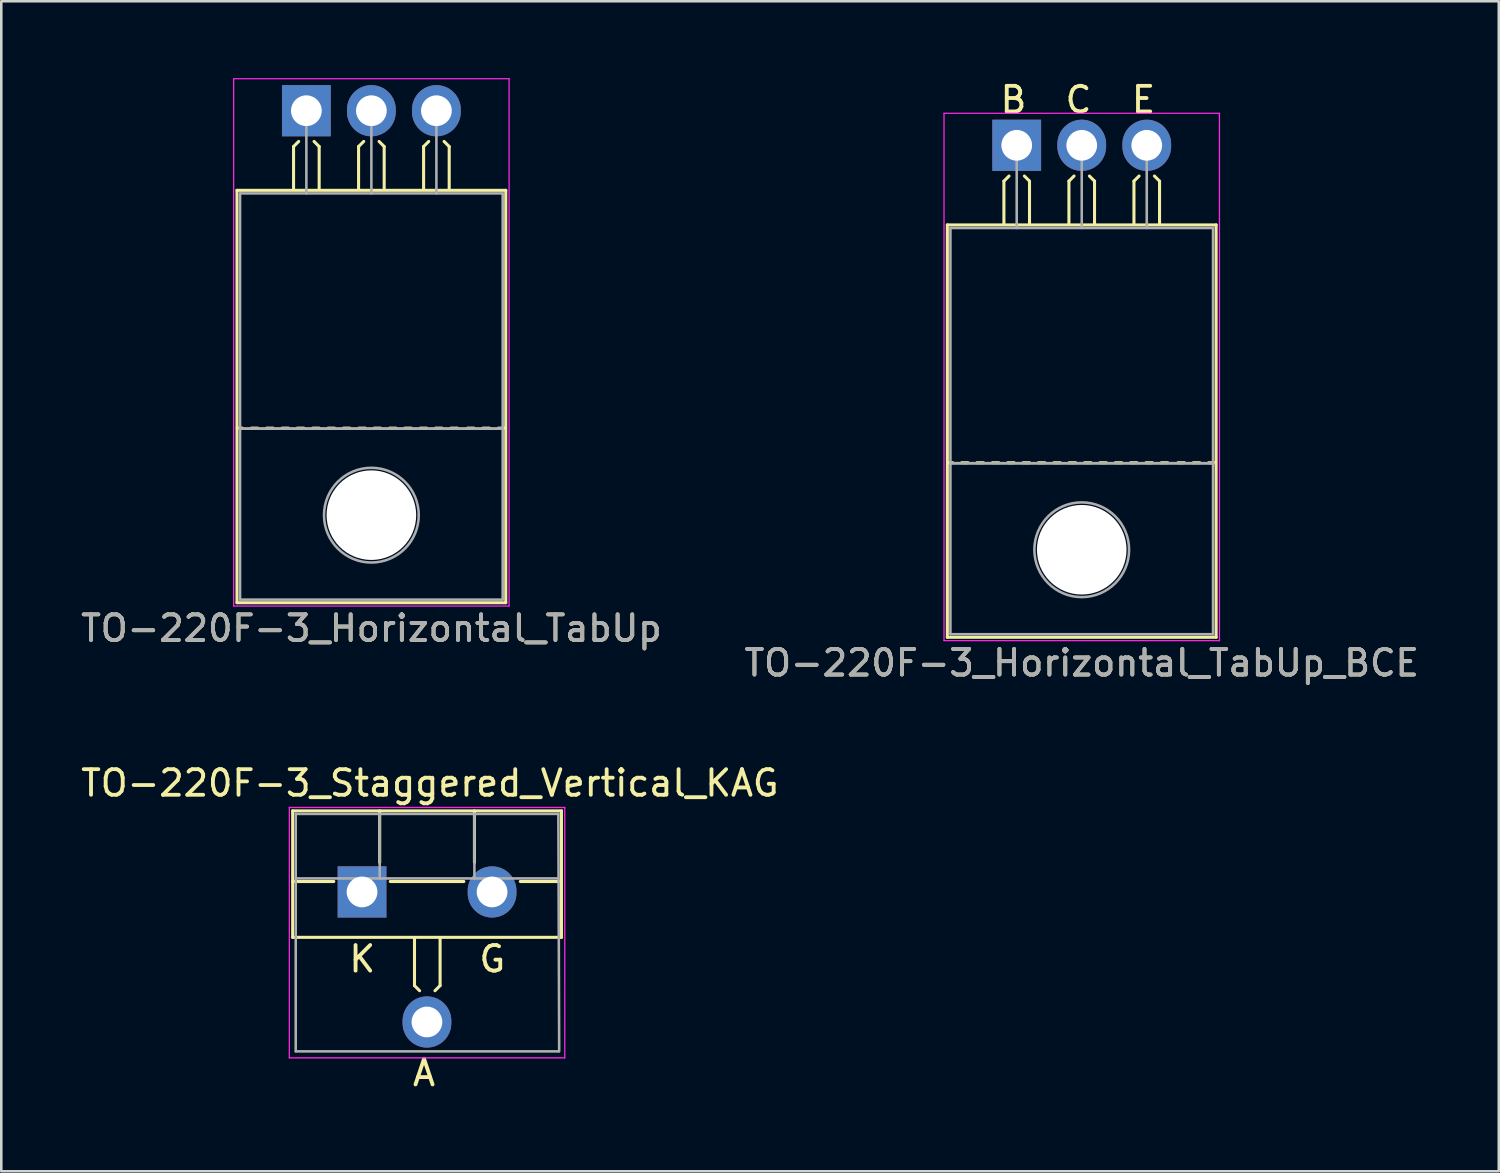
<source format=kicad_pcb>
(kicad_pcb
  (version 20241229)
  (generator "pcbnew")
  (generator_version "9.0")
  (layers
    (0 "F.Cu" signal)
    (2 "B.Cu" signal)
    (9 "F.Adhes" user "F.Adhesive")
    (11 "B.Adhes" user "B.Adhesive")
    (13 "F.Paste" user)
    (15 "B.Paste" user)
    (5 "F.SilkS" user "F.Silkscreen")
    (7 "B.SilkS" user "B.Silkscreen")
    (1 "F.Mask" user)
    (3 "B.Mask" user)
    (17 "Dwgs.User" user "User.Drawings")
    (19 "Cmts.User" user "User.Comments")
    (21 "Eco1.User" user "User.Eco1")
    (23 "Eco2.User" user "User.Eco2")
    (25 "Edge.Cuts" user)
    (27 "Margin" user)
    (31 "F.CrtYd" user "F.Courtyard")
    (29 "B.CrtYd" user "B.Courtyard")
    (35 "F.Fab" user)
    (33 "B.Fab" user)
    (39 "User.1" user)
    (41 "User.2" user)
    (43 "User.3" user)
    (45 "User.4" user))
  (footprint "TO-220F-3_Horizontal_TabUp"
    (layer "F.Cu")
    (at 8.918 1.275)
    (property "Reference" "TO-220F-3_Horizontal_TabUp" (at 2.54 20.22 0) (layer "F.SilkS") (effects (font (size 1 1) (thickness 0.15))))
    (attr through_hole)
    (fp_line (start -2.71 19.22) (end -2.71 3.11) (stroke (width 0.12) (type solid)) (layer "F.SilkS"))
    (fp_line (start -2.5 12.4) (end -2.7 12.4) (stroke (width 0.12) (type solid)) (layer "F.SilkS"))
    (fp_line (start -1.9 12.4) (end -2.15 12.4) (stroke (width 0.12) (type solid)) (layer "F.SilkS"))
    (fp_line (start -1.3 12.4) (end -1.55 12.4) (stroke (width 0.12) (type solid)) (layer "F.SilkS"))
    (fp_line (start -0.7 12.4) (end -0.95 12.4) (stroke (width 0.12) (type solid)) (layer "F.SilkS"))
    (fp_line (start -0.5 1.4) (end -0.3 1.2) (stroke (width 0.12) (type solid)) (layer "F.SilkS"))
    (fp_line (start -0.5 3.048) (end -0.5 1.4) (stroke (width 0.12) (type solid)) (layer "F.SilkS"))
    (fp_line (start -0.1 12.4) (end -0.35 12.4) (stroke (width 0.12) (type solid)) (layer "F.SilkS"))
    (fp_line (start 0.5 1.4) (end 0.3 1.2) (stroke (width 0.12) (type solid)) (layer "F.SilkS"))
    (fp_line (start 0.5 3.048) (end 0.5 1.4) (stroke (width 0.12) (type solid)) (layer "F.SilkS"))
    (fp_line (start 0.5 12.4) (end 0.25 12.4) (stroke (width 0.12) (type solid)) (layer "F.SilkS"))
    (fp_line (start 1.1 12.4) (end 0.85 12.4) (stroke (width 0.12) (type solid)) (layer "F.SilkS"))
    (fp_line (start 1.7 12.4) (end 1.45 12.4) (stroke (width 0.12) (type solid)) (layer "F.SilkS"))
    (fp_line (start 2.04 1.4) (end 2.24 1.2) (stroke (width 0.12) (type solid)) (layer "F.SilkS"))
    (fp_line (start 2.04 3.048) (end 2.04 1.4) (stroke (width 0.12) (type solid)) (layer "F.SilkS"))
    (fp_line (start 2.3 12.4) (end 2.05 12.4) (stroke (width 0.12) (type solid)) (layer "F.SilkS"))
    (fp_line (start 2.9 12.4) (end 2.65 12.4) (stroke (width 0.12) (type solid)) (layer "F.SilkS"))
    (fp_line (start 3.04 1.4) (end 2.84 1.2) (stroke (width 0.12) (type solid)) (layer "F.SilkS"))
    (fp_line (start 3.04 3.048) (end 3.04 1.4) (stroke (width 0.12) (type solid)) (layer "F.SilkS"))
    (fp_line (start 3.5 12.4) (end 3.25 12.4) (stroke (width 0.12) (type solid)) (layer "F.SilkS"))
    (fp_line (start 4.1 12.4) (end 3.85 12.4) (stroke (width 0.12) (type solid)) (layer "F.SilkS"))
    (fp_line (start 4.58 1.4) (end 4.78 1.2) (stroke (width 0.12) (type solid)) (layer "F.SilkS"))
    (fp_line (start 4.58 3.048) (end 4.58 1.4) (stroke (width 0.12) (type solid)) (layer "F.SilkS"))
    (fp_line (start 4.7 12.4) (end 4.45 12.4) (stroke (width 0.12) (type solid)) (layer "F.SilkS"))
    (fp_line (start 5.3 12.4) (end 5.05 12.4) (stroke (width 0.12) (type solid)) (layer "F.SilkS"))
    (fp_line (start 5.58 1.4) (end 5.38 1.2) (stroke (width 0.12) (type solid)) (layer "F.SilkS"))
    (fp_line (start 5.58 3.048) (end 5.58 1.4) (stroke (width 0.12) (type solid)) (layer "F.SilkS"))
    (fp_line (start 5.9 12.4) (end 5.65 12.4) (stroke (width 0.12) (type solid)) (layer "F.SilkS"))
    (fp_line (start 6.55 12.4) (end 6.3 12.4) (stroke (width 0.12) (type solid)) (layer "F.SilkS"))
    (fp_line (start 7.15 12.4) (end 6.9 12.4) (stroke (width 0.12) (type solid)) (layer "F.SilkS"))
    (fp_line (start 7.75 12.4) (end 7.5 12.4) (stroke (width 0.12) (type solid)) (layer "F.SilkS"))
    (fp_line (start 7.79 3.11) (end -2.71 3.11) (stroke (width 0.12) (type solid)) (layer "F.SilkS"))
    (fp_line (start 7.79 19.22) (end -2.71 19.22) (stroke (width 0.12) (type solid)) (layer "F.SilkS"))
    (fp_line (start 7.79 19.22) (end 7.79 3.11) (stroke (width 0.12) (type solid)) (layer "F.SilkS"))
    (fp_line (start -2.84 -1.25) (end -2.84 19.35) (stroke (width 0.05) (type solid)) (layer "F.CrtYd"))
    (fp_line (start -2.84 19.35) (end 7.92 19.35) (stroke (width 0.05) (type solid)) (layer "F.CrtYd"))
    (fp_line (start 7.92 -1.25) (end -2.84 -1.25) (stroke (width 0.05) (type solid)) (layer "F.CrtYd"))
    (fp_line (start 7.92 19.35) (end 7.92 -1.25) (stroke (width 0.05) (type solid)) (layer "F.CrtYd"))
    (fp_line (start -2.59 3.23) (end -2.59 12.42) (stroke (width 0.1) (type solid)) (layer "F.Fab"))
    (fp_line (start -2.59 12.42) (end -2.59 19.1) (stroke (width 0.1) (type solid)) (layer "F.Fab"))
    (fp_line (start -2.59 12.42) (end 7.67 12.42) (stroke (width 0.1) (type solid)) (layer "F.Fab"))
    (fp_line (start -2.59 19.1) (end 7.67 19.1) (stroke (width 0.1) (type solid)) (layer "F.Fab"))
    (fp_line (start 0 3.23) (end 0 0) (stroke (width 0.1) (type solid)) (layer "F.Fab"))
    (fp_line (start 2.54 3.23) (end 2.54 0) (stroke (width 0.1) (type solid)) (layer "F.Fab"))
    (fp_line (start 5.08 3.23) (end 5.08 0) (stroke (width 0.1) (type solid)) (layer "F.Fab"))
    (fp_line (start 7.67 3.23) (end -2.59 3.23) (stroke (width 0.1) (type solid)) (layer "F.Fab"))
    (fp_line (start 7.67 12.42) (end -2.59 12.42) (stroke (width 0.1) (type solid)) (layer "F.Fab"))
    (fp_line (start 7.67 12.42) (end 7.67 3.23) (stroke (width 0.1) (type solid)) (layer "F.Fab"))
    (fp_line (start 7.67 19.1) (end 7.67 12.42) (stroke (width 0.1) (type solid)) (layer "F.Fab"))
    (fp_circle (center 2.54 15.8) (end 4.39 15.8) (stroke (width 0.1) (type solid)) (fill no) (layer "F.Fab"))
    (fp_text user "${REFERENCE}" (at 2.54 20.22 0) (layer "F.Fab") (effects (font (size 1 1) (thickness 0.15))))
    (pad "" np_thru_hole oval (at 2.54 15.8) (size 3.5 3.5) (drill 3.5) (layers "*.Cu" "*.Mask"))
    (pad "1" thru_hole rect (at 0 0) (size 1.905 2) (drill 1.2) (layers "*.Cu" "*.Mask"))
    (pad "2" thru_hole oval (at 2.54 0) (size 1.905 2) (drill 1.2) (layers "*.Cu" "*.Mask"))
    (pad "3" thru_hole oval (at 5.08 0) (size 1.905 2) (drill 1.2) (layers "*.Cu" "*.Mask")))
  (footprint "TO-220F-3_Staggered_Vertical_KAG"
    (layer "F.Cu")
    (at 11.102 31.746)
    (property "Reference" "TO-220F-3_Staggered_Vertical_KAG" (at 2.642 -4.203 0) (layer "F.SilkS") (effects (font (size 1 1) (thickness 0.15))))
    (attr through_hole)
    (fp_line (start -2.719 -3.12) (end -2.719 1.821) (stroke (width 0.12) (type solid)) (layer "F.SilkS"))
    (fp_line (start -2.719 -3.12) (end 7.781 -3.12) (stroke (width 0.12) (type solid)) (layer "F.SilkS"))
    (fp_line (start -2.719 -0.36) (end -1.112 -0.36) (stroke (width 0.12) (type solid)) (layer "F.SilkS"))
    (fp_line (start -2.719 1.821) (end 7.781 1.821) (stroke (width 0.12) (type solid)) (layer "F.SilkS"))
    (fp_line (start 0.681 -3.12) (end 0.681 -1.102) (stroke (width 0.12) (type solid)) (layer "F.SilkS"))
    (fp_line (start 1.094 -0.36) (end 3.634 -0.36) (stroke (width 0.12) (type solid)) (layer "F.SilkS"))
    (fp_line (start 2.04 1.841) (end 2.04 3.707) (stroke (width 0.12) (type solid)) (layer "F.SilkS"))
    (fp_line (start 2.04 3.707) (end 2.24 3.907) (stroke (width 0.12) (type solid)) (layer "F.SilkS"))
    (fp_line (start 3.04 1.841) (end 3.04 3.707) (stroke (width 0.12) (type solid)) (layer "F.SilkS"))
    (fp_line (start 3.04 3.707) (end 2.84 3.907) (stroke (width 0.12) (type solid)) (layer "F.SilkS"))
    (fp_line (start 3.634 -0.36) (end 3.969 -0.36) (stroke (width 0.12) (type solid)) (layer "F.SilkS"))
    (fp_line (start 4.382 -3.12) (end 4.382 -1.102) (stroke (width 0.12) (type solid)) (layer "F.SilkS"))
    (fp_line (start 6.174 -0.36) (end 7.781 -0.36) (stroke (width 0.12) (type solid)) (layer "F.SilkS"))
    (fp_line (start 7.781 -3.12) (end 7.781 1.821) (stroke (width 0.12) (type solid)) (layer "F.SilkS"))
    (fp_line (start -2.849 -3.252) (end -2.849 6.53) (stroke (width 0.05) (type solid)) (layer "F.CrtYd"))
    (fp_line (start -2.849 6.53) (end 7.911 6.53) (stroke (width 0.05) (type solid)) (layer "F.CrtYd"))
    (fp_line (start 7.911 -3.252) (end -2.849 -3.252) (stroke (width 0.05) (type solid)) (layer "F.CrtYd"))
    (fp_line (start 7.911 6.53) (end 7.911 -3.252) (stroke (width 0.05) (type solid)) (layer "F.CrtYd"))
    (fp_line (start -2.599 -3) (end -2.599 6.276) (stroke (width 0.1) (type solid)) (layer "F.Fab"))
    (fp_line (start -2.599 -0.48) (end 7.661 -0.48) (stroke (width 0.1) (type solid)) (layer "F.Fab"))
    (fp_line (start -2.595 6.276) (end 7.665 6.276) (stroke (width 0.1) (type solid)) (layer "F.Fab"))
    (fp_line (start 0.681 -3) (end 0.681 -0.48) (stroke (width 0.1) (type solid)) (layer "F.Fab"))
    (fp_line (start 4.381 -3) (end 4.381 -0.48) (stroke (width 0.1) (type solid)) (layer "F.Fab"))
    (fp_line (start 7.661 -3) (end -2.599 -3) (stroke (width 0.1) (type solid)) (layer "F.Fab"))
    (fp_line (start 7.692 6.276) (end 7.661 -3) (stroke (width 0.1) (type solid)) (layer "F.Fab"))
    (fp_text user "A" (at 2.413 7.112 0) (layer "F.SilkS") (effects (font (size 1 1) (thickness 0.15))))
    (fp_text user "K" (at 0 2.667 0) (layer "F.SilkS") (effects (font (size 1 1) (thickness 0.15))))
    (fp_text user "G" (at 5.08 2.667 0) (layer "F.SilkS") (effects (font (size 1 1) (thickness 0.15))))
    (pad "1" thru_hole rect (at -0.009 0.048) (size 1.905 2) (drill 1.2) (layers "*.Cu" "*.Mask"))
    (pad "2" thru_hole oval (at 2.527 5.128) (size 1.905 2) (drill 1.2) (layers "*.Cu" "*.Mask"))
    (pad "3" thru_hole oval (at 5.071 0.048) (size 1.905 2) (drill 1.2) (layers "*.Cu" "*.Mask")))
  (footprint "TO-220F-3_Horizontal_TabUp_BCE"
    (layer "F.Cu")
    (at 36.668 2.626)
    (property "Reference" "TO-220F-3_Horizontal_TabUp_BCE" (at 2.54 20.22 0) (layer "F.SilkS") (effects (font (size 1 1) (thickness 0.15))))
    (attr through_hole)
    (fp_line (start -2.71 19.22) (end -2.71 3.11) (stroke (width 0.12) (type solid)) (layer "F.SilkS"))
    (fp_line (start -2.5 12.4) (end -2.7 12.4) (stroke (width 0.12) (type solid)) (layer "F.SilkS"))
    (fp_line (start -1.9 12.4) (end -2.15 12.4) (stroke (width 0.12) (type solid)) (layer "F.SilkS"))
    (fp_line (start -1.3 12.4) (end -1.55 12.4) (stroke (width 0.12) (type solid)) (layer "F.SilkS"))
    (fp_line (start -0.7 12.4) (end -0.95 12.4) (stroke (width 0.12) (type solid)) (layer "F.SilkS"))
    (fp_line (start -0.5 1.4) (end -0.3 1.2) (stroke (width 0.12) (type solid)) (layer "F.SilkS"))
    (fp_line (start -0.5 3.048) (end -0.5 1.4) (stroke (width 0.12) (type solid)) (layer "F.SilkS"))
    (fp_line (start -0.1 12.4) (end -0.35 12.4) (stroke (width 0.12) (type solid)) (layer "F.SilkS"))
    (fp_line (start 0.5 1.4) (end 0.3 1.2) (stroke (width 0.12) (type solid)) (layer "F.SilkS"))
    (fp_line (start 0.5 3.048) (end 0.5 1.4) (stroke (width 0.12) (type solid)) (layer "F.SilkS"))
    (fp_line (start 0.5 12.4) (end 0.25 12.4) (stroke (width 0.12) (type solid)) (layer "F.SilkS"))
    (fp_line (start 1.1 12.4) (end 0.85 12.4) (stroke (width 0.12) (type solid)) (layer "F.SilkS"))
    (fp_line (start 1.7 12.4) (end 1.45 12.4) (stroke (width 0.12) (type solid)) (layer "F.SilkS"))
    (fp_line (start 2.04 1.4) (end 2.24 1.2) (stroke (width 0.12) (type solid)) (layer "F.SilkS"))
    (fp_line (start 2.04 3.048) (end 2.04 1.4) (stroke (width 0.12) (type solid)) (layer "F.SilkS"))
    (fp_line (start 2.3 12.4) (end 2.05 12.4) (stroke (width 0.12) (type solid)) (layer "F.SilkS"))
    (fp_line (start 2.9 12.4) (end 2.65 12.4) (stroke (width 0.12) (type solid)) (layer "F.SilkS"))
    (fp_line (start 3.04 1.4) (end 2.84 1.2) (stroke (width 0.12) (type solid)) (layer "F.SilkS"))
    (fp_line (start 3.04 3.048) (end 3.04 1.4) (stroke (width 0.12) (type solid)) (layer "F.SilkS"))
    (fp_line (start 3.5 12.4) (end 3.25 12.4) (stroke (width 0.12) (type solid)) (layer "F.SilkS"))
    (fp_line (start 4.1 12.4) (end 3.85 12.4) (stroke (width 0.12) (type solid)) (layer "F.SilkS"))
    (fp_line (start 4.58 1.4) (end 4.78 1.2) (stroke (width 0.12) (type solid)) (layer "F.SilkS"))
    (fp_line (start 4.58 3.048) (end 4.58 1.4) (stroke (width 0.12) (type solid)) (layer "F.SilkS"))
    (fp_line (start 4.7 12.4) (end 4.45 12.4) (stroke (width 0.12) (type solid)) (layer "F.SilkS"))
    (fp_line (start 5.3 12.4) (end 5.05 12.4) (stroke (width 0.12) (type solid)) (layer "F.SilkS"))
    (fp_line (start 5.58 1.4) (end 5.38 1.2) (stroke (width 0.12) (type solid)) (layer "F.SilkS"))
    (fp_line (start 5.58 3.048) (end 5.58 1.4) (stroke (width 0.12) (type solid)) (layer "F.SilkS"))
    (fp_line (start 5.9 12.4) (end 5.65 12.4) (stroke (width 0.12) (type solid)) (layer "F.SilkS"))
    (fp_line (start 6.55 12.4) (end 6.3 12.4) (stroke (width 0.12) (type solid)) (layer "F.SilkS"))
    (fp_line (start 7.15 12.4) (end 6.9 12.4) (stroke (width 0.12) (type solid)) (layer "F.SilkS"))
    (fp_line (start 7.75 12.4) (end 7.5 12.4) (stroke (width 0.12) (type solid)) (layer "F.SilkS"))
    (fp_line (start 7.79 3.11) (end -2.71 3.11) (stroke (width 0.12) (type solid)) (layer "F.SilkS"))
    (fp_line (start 7.79 19.22) (end -2.71 19.22) (stroke (width 0.12) (type solid)) (layer "F.SilkS"))
    (fp_line (start 7.79 19.22) (end 7.79 3.11) (stroke (width 0.12) (type solid)) (layer "F.SilkS"))
    (fp_line (start -2.84 -1.25) (end -2.84 19.35) (stroke (width 0.05) (type solid)) (layer "F.CrtYd"))
    (fp_line (start -2.84 19.35) (end 7.92 19.35) (stroke (width 0.05) (type solid)) (layer "F.CrtYd"))
    (fp_line (start 7.92 -1.25) (end -2.84 -1.25) (stroke (width 0.05) (type solid)) (layer "F.CrtYd"))
    (fp_line (start 7.92 19.35) (end 7.92 -1.25) (stroke (width 0.05) (type solid)) (layer "F.CrtYd"))
    (fp_line (start -2.59 3.23) (end -2.59 12.42) (stroke (width 0.1) (type solid)) (layer "F.Fab"))
    (fp_line (start -2.59 12.42) (end -2.59 19.1) (stroke (width 0.1) (type solid)) (layer "F.Fab"))
    (fp_line (start -2.59 12.42) (end 7.67 12.42) (stroke (width 0.1) (type solid)) (layer "F.Fab"))
    (fp_line (start -2.59 19.1) (end 7.67 19.1) (stroke (width 0.1) (type solid)) (layer "F.Fab"))
    (fp_line (start 0 3.23) (end 0 0) (stroke (width 0.1) (type solid)) (layer "F.Fab"))
    (fp_line (start 2.54 3.23) (end 2.54 0) (stroke (width 0.1) (type solid)) (layer "F.Fab"))
    (fp_line (start 5.08 3.23) (end 5.08 0) (stroke (width 0.1) (type solid)) (layer "F.Fab"))
    (fp_line (start 7.67 3.23) (end -2.59 3.23) (stroke (width 0.1) (type solid)) (layer "F.Fab"))
    (fp_line (start 7.67 12.42) (end -2.59 12.42) (stroke (width 0.1) (type solid)) (layer "F.Fab"))
    (fp_line (start 7.67 12.42) (end 7.67 3.23) (stroke (width 0.1) (type solid)) (layer "F.Fab"))
    (fp_line (start 7.67 19.1) (end 7.67 12.42) (stroke (width 0.1) (type solid)) (layer "F.Fab"))
    (fp_circle (center 2.54 15.8) (end 4.39 15.8) (stroke (width 0.1) (type solid)) (fill no) (layer "F.Fab"))
    (fp_text user "C" (at 2.413 -1.778 0) (layer "F.SilkS") (effects (font (size 1 1) (thickness 0.15))))
    (fp_text user "E" (at 4.953 -1.778 0) (layer "F.SilkS") (effects (font (size 1 1) (thickness 0.15))))
    (fp_text user "B" (at -0.127 -1.778 0) (layer "F.SilkS") (effects (font (size 1 1) (thickness 0.15))))
    (fp_text user "${REFERENCE}" (at 2.54 20.22 0) (layer "F.Fab") (effects (font (size 1 1) (thickness 0.15))))
    (pad "" np_thru_hole oval (at 2.54 15.8) (size 3.5 3.5) (drill 3.5) (layers "*.Cu" "*.Mask"))
    (pad "1" thru_hole rect (at 0 0) (size 1.905 2) (drill 1.2) (layers "*.Cu" "*.Mask"))
    (pad "2" thru_hole oval (at 2.54 0) (size 1.905 2) (drill 1.2) (layers "*.Cu" "*.Mask"))
    (pad "3" thru_hole oval (at 5.08 0) (size 1.905 2) (drill 1.2) (layers "*.Cu" "*.Mask")))
  (gr_rect
    (start -3 -3)
    (end 55.5 42.706)
    (stroke (width 0.1) (type default))
    (fill no)
    (layer "Edge.Cuts")))
</source>
